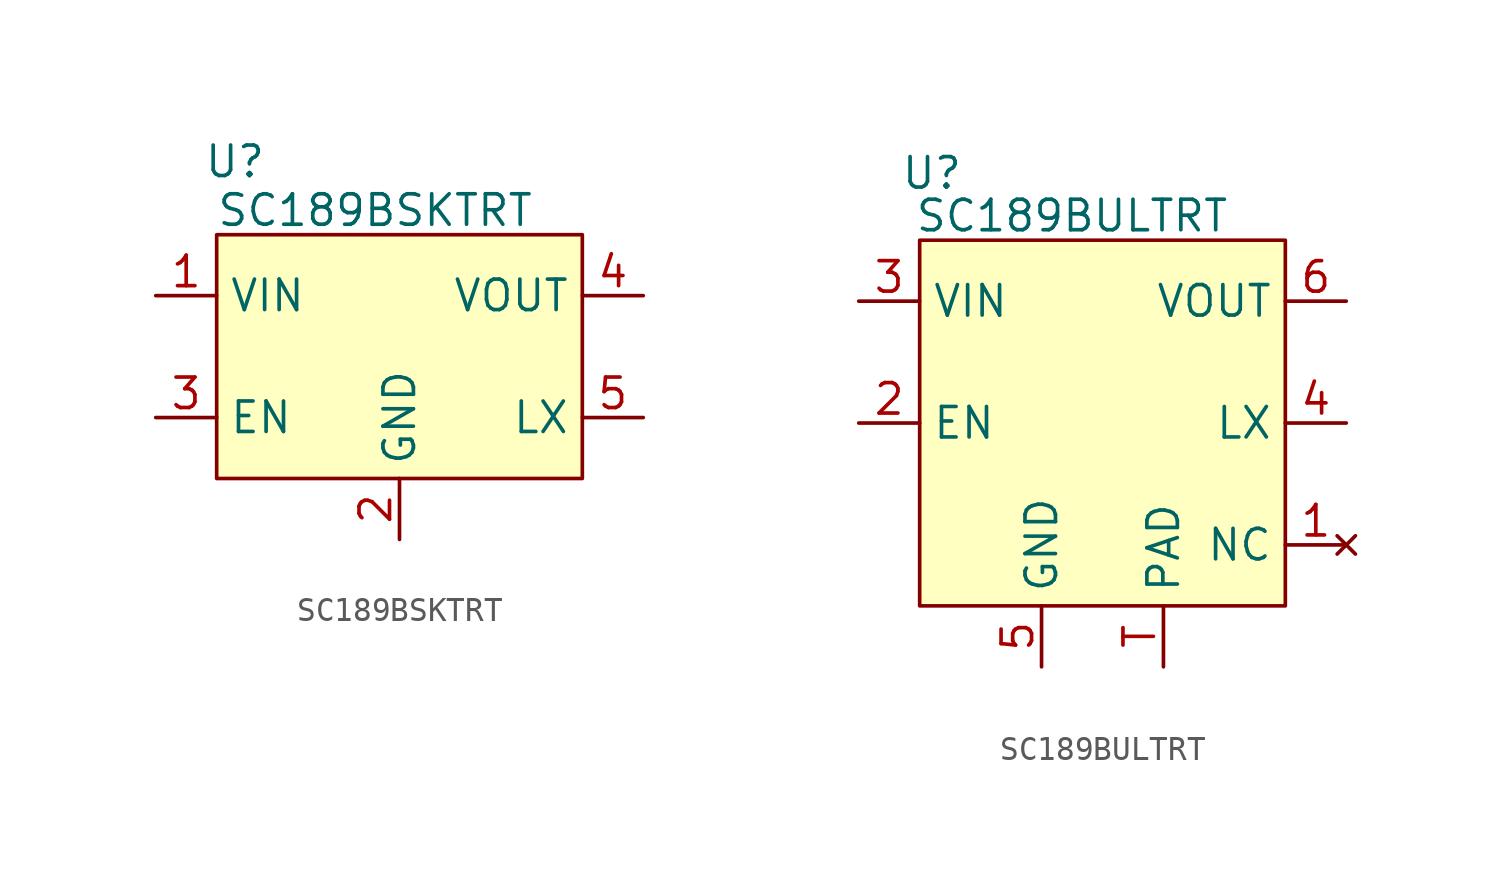
<source format=kicad_sym>
(kicad_symbol_lib
  (version 20231120)
  (generator "kicad_symbol_editor")
  (generator_version "8.0")
  (symbol "SC189BSKTRT"
    (property "Reference" "U"
      (at 0.762 3.048 0)
      (effects (font (size 1.27 1.27))))
    (property "Value" "SC189BSKTRT"
      (at 6.604 1.016 0)
      (effects (font (size 1.27 1.27))))
    (symbol "SC189BSKTRT_1_1"
      (rectangle (start 0 0) (end 15.24 -10.16) (stroke (width 0) (type default)) (fill (type background)))
      (pin power_in line (at -2.54 -2.54 0) (length 2.54) (name "VIN" (effects (font (size 1.27 1.27)))) (number "1" (effects (font (size 1.27 1.27)))))
      (pin power_in line (at 7.62 -12.7 90) (length 2.54) (name "GND" (effects (font (size 1.27 1.27)))) (number "2" (effects (font (size 1.27 1.27)))))
      (pin input line (at -2.54 -7.62 0) (length 2.54) (name "EN" (effects (font (size 1.27 1.27)))) (number "3" (effects (font (size 1.27 1.27)))))
      (pin power_out line (at 17.78 -2.54 180) (length 2.54) (name "VOUT" (effects (font (size 1.27 1.27)))) (number "4" (effects (font (size 1.27 1.27)))))
      (pin passive line (at 17.78 -7.62 180) (length 2.54) (name "LX" (effects (font (size 1.27 1.27)))) (number "5" (effects (font (size 1.27 1.27)))))))
  (symbol "SC189BULTRT"
    (property "Reference" "U"
      (at 0.508 2.794 0)
      (effects (font (size 1.27 1.27))))
    (property "Value" "SC189BULTRT"
      (at 6.35 1.016 0)
      (effects (font (size 1.27 1.27))))
    (symbol "SC189BULTRT_1_1"
      (rectangle (start 0 0) (end 15.24 -15.24) (stroke (width 0) (type default)) (fill (type background)))
      (pin no_connect line (at 17.78 -12.7 180) (length 2.54) (name "NC" (effects (font (size 1.27 1.27)))) (number "1" (effects (font (size 1.27 1.27)))))
      (pin input line (at -2.54 -7.62 0) (length 2.54) (name "EN" (effects (font (size 1.27 1.27)))) (number "2" (effects (font (size 1.27 1.27)))))
      (pin power_in line (at -2.54 -2.54 0) (length 2.54) (name "VIN" (effects (font (size 1.27 1.27)))) (number "3" (effects (font (size 1.27 1.27)))))
      (pin passive line (at 17.78 -7.62 180) (length 2.54) (name "LX" (effects (font (size 1.27 1.27)))) (number "4" (effects (font (size 1.27 1.27)))))
      (pin power_in line (at 5.08 -17.78 90) (length 2.54) (name "GND" (effects (font (size 1.27 1.27)))) (number "5" (effects (font (size 1.27 1.27)))))
      (pin power_out line (at 17.78 -2.54 180) (length 2.54) (name "VOUT" (effects (font (size 1.27 1.27)))) (number "6" (effects (font (size 1.27 1.27)))))
      (pin passive line (at 10.16 -17.78 90) (length 2.54) (name "PAD" (effects (font (size 1.27 1.27)))) (number "T" (effects (font (size 1.27 1.27))))))))
</source>
